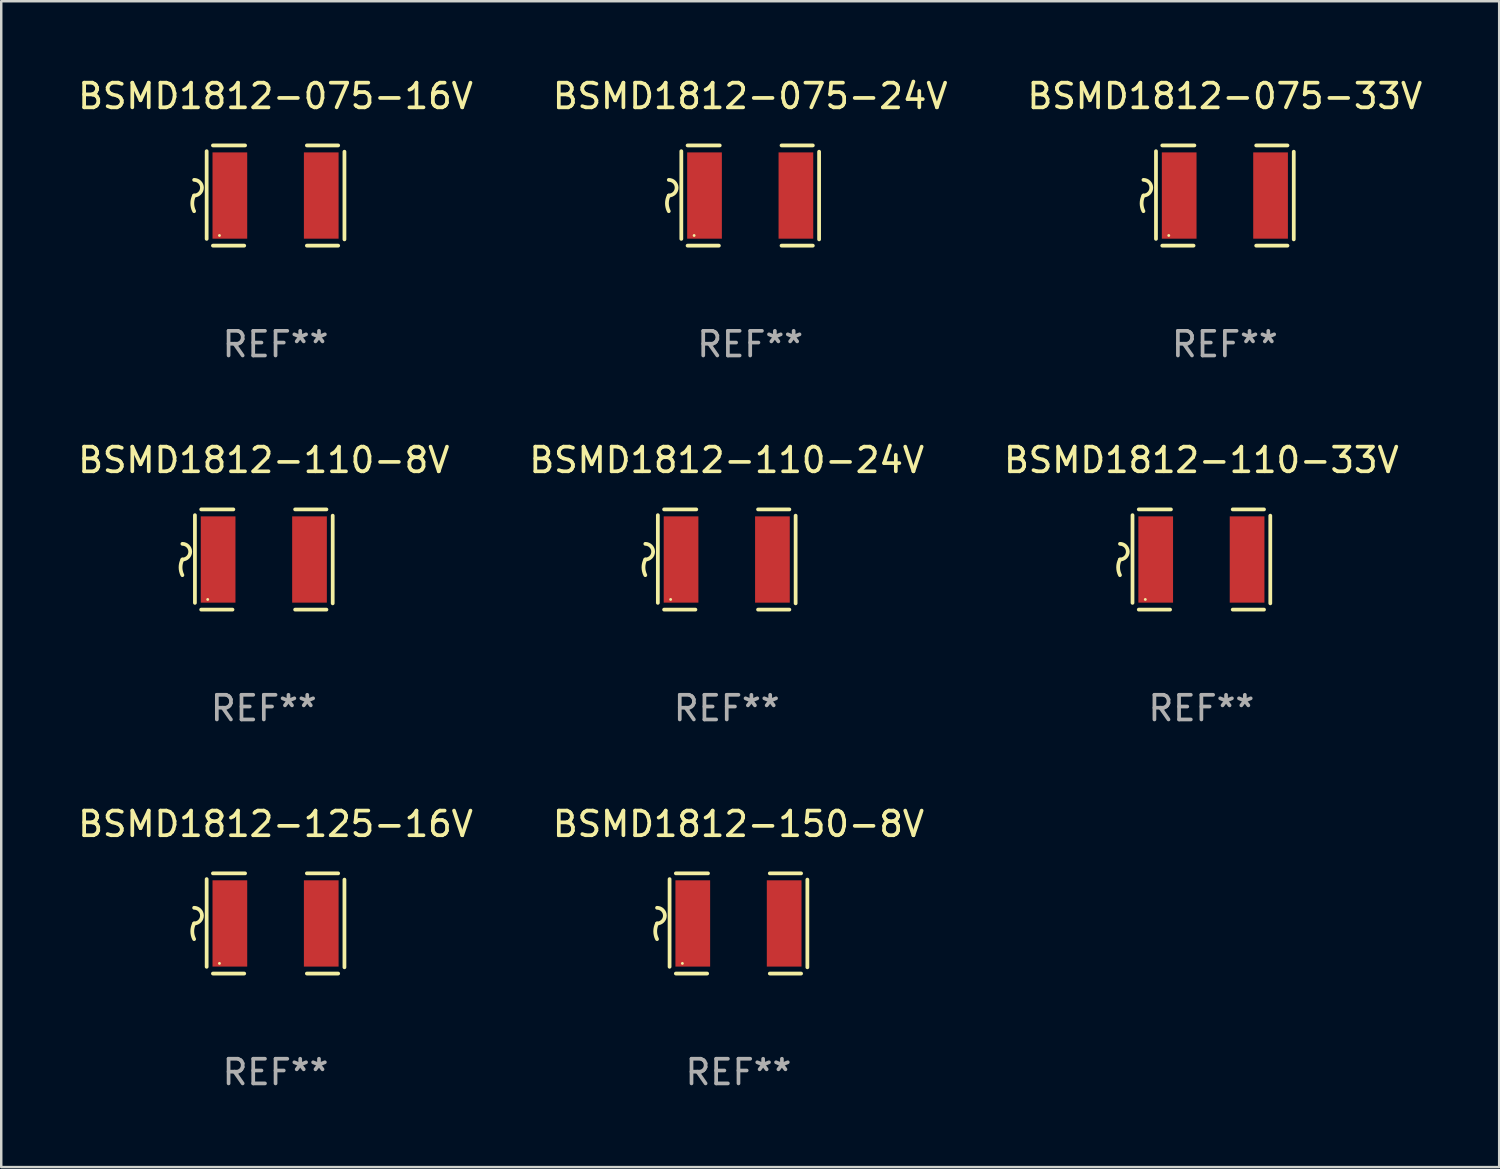
<source format=kicad_pcb>
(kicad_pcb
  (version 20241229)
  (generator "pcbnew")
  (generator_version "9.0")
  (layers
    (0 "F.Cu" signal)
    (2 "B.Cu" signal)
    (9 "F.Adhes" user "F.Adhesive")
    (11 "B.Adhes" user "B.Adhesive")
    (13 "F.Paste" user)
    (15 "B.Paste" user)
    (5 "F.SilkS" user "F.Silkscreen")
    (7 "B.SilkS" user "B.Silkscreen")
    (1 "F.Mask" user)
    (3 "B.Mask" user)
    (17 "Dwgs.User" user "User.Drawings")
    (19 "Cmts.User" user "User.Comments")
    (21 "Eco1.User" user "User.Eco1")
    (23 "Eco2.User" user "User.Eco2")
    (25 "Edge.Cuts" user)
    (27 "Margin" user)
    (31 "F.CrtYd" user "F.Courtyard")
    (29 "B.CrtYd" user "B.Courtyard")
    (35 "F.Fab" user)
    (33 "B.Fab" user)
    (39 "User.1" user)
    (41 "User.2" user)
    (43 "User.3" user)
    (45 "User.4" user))
  (footprint "BSMD1812-110-24V"
    (layer "F.Cu")
    (at 26.423 19.641)
    (property "Reference" "BSMD1812-110-24V" (at 0 -4.032 0) (layer "F.SilkS") (effects (font (size 1 1) (thickness 0.15))))
    (attr through_hole)
    (fp_line (start -2.794 -1.798) (end -2.794 1.758) (stroke (width 0.152) (type solid)) (layer "F.SilkS"))
    (fp_line (start -2.54 -2.032) (end -1.235 -2.032) (stroke (width 0.152) (type solid)) (layer "F.SilkS"))
    (fp_line (start -1.27 2.032) (end -2.54 2.032) (stroke (width 0.152) (type solid)) (layer "F.SilkS"))
    (fp_line (start 1.27 2.032) (end 2.54 2.032) (stroke (width 0.152) (type solid)) (layer "F.SilkS"))
    (fp_line (start 2.54 -2.032) (end 1.27 -2.032) (stroke (width 0.152) (type solid)) (layer "F.SilkS"))
    (fp_line (start 2.794 -1.778) (end 2.794 1.778) (stroke (width 0.152) (type solid)) (layer "F.SilkS"))
    (fp_arc (start -3.302007 -0.635002) (mid -2.984506 -0.317501) (end -3.302007 0) (stroke (width 0.151994) (type solid)) (layer "F.SilkS"))
    (fp_arc (start -3.302007 0.635002) (mid -3.376959 0.317501) (end -3.302007 0) (stroke (width 0.151994) (type solid)) (layer "F.SilkS"))
    (fp_circle (center -2.275 1.62) (end -2.245 1.62) (stroke (width 0.06) (type solid)) (fill no) (layer "F.SilkS"))
    (fp_text user "REF**" (at 0 6.032 0) (layer "F.Fab") (effects (font (size 1 1) (thickness 0.15))))
    (pad "1" smd rect (at -1.853 0) (size 1.407 3.499) (layers "F.Cu" "F.Mask" "F.Paste"))
    (pad "2" smd rect (at 1.853 0) (size 1.407 3.499) (layers "F.Cu" "F.Mask" "F.Paste")))
  (footprint "BSMD1812-150-8V"
    (layer "F.Cu")
    (at 26.899 34.401)
    (property "Reference" "BSMD1812-150-8V" (at 0 -4.032 0) (layer "F.SilkS") (effects (font (size 1 1) (thickness 0.15))))
    (attr through_hole)
    (fp_line (start -2.794 -1.798) (end -2.794 1.758) (stroke (width 0.152) (type solid)) (layer "F.SilkS"))
    (fp_line (start -2.54 -2.032) (end -1.235 -2.032) (stroke (width 0.152) (type solid)) (layer "F.SilkS"))
    (fp_line (start -1.27 2.032) (end -2.54 2.032) (stroke (width 0.152) (type solid)) (layer "F.SilkS"))
    (fp_line (start 1.27 2.032) (end 2.54 2.032) (stroke (width 0.152) (type solid)) (layer "F.SilkS"))
    (fp_line (start 2.54 -2.032) (end 1.27 -2.032) (stroke (width 0.152) (type solid)) (layer "F.SilkS"))
    (fp_line (start 2.794 -1.778) (end 2.794 1.778) (stroke (width 0.152) (type solid)) (layer "F.SilkS"))
    (fp_arc (start -3.302007 -0.635002) (mid -2.984506 -0.317501) (end -3.302007 0) (stroke (width 0.151994) (type solid)) (layer "F.SilkS"))
    (fp_arc (start -3.302007 0.635002) (mid -3.376959 0.317501) (end -3.302007 0) (stroke (width 0.151994) (type solid)) (layer "F.SilkS"))
    (fp_circle (center -2.275 1.62) (end -2.245 1.62) (stroke (width 0.06) (type solid)) (fill no) (layer "F.SilkS"))
    (fp_text user "REF**" (at 0 6.032 0) (layer "F.Fab") (effects (font (size 1 1) (thickness 0.15))))
    (pad "1" smd rect (at -1.853 0) (size 1.407 3.499) (layers "F.Cu" "F.Mask" "F.Paste"))
    (pad "2" smd rect (at 1.853 0) (size 1.407 3.499) (layers "F.Cu" "F.Mask" "F.Paste")))
  (footprint "BSMD1812-110-33V"
    (layer "F.Cu")
    (at 45.673 19.641)
    (property "Reference" "BSMD1812-110-33V" (at 0 -4.032 0) (layer "F.SilkS") (effects (font (size 1 1) (thickness 0.15))))
    (attr through_hole)
    (fp_line (start -2.794 -1.798) (end -2.794 1.758) (stroke (width 0.152) (type solid)) (layer "F.SilkS"))
    (fp_line (start -2.54 -2.032) (end -1.235 -2.032) (stroke (width 0.152) (type solid)) (layer "F.SilkS"))
    (fp_line (start -1.27 2.032) (end -2.54 2.032) (stroke (width 0.152) (type solid)) (layer "F.SilkS"))
    (fp_line (start 1.27 2.032) (end 2.54 2.032) (stroke (width 0.152) (type solid)) (layer "F.SilkS"))
    (fp_line (start 2.54 -2.032) (end 1.27 -2.032) (stroke (width 0.152) (type solid)) (layer "F.SilkS"))
    (fp_line (start 2.794 -1.778) (end 2.794 1.778) (stroke (width 0.152) (type solid)) (layer "F.SilkS"))
    (fp_arc (start -3.302007 -0.635002) (mid -2.984506 -0.317501) (end -3.302007 0) (stroke (width 0.151994) (type solid)) (layer "F.SilkS"))
    (fp_arc (start -3.302007 0.635002) (mid -3.376959 0.317501) (end -3.302007 0) (stroke (width 0.151994) (type solid)) (layer "F.SilkS"))
    (fp_circle (center -2.275 1.62) (end -2.245 1.62) (stroke (width 0.06) (type solid)) (fill no) (layer "F.SilkS"))
    (fp_text user "REF**" (at 0 6.032 0) (layer "F.Fab") (effects (font (size 1 1) (thickness 0.15))))
    (pad "1" smd rect (at -1.853 0) (size 1.407 3.499) (layers "F.Cu" "F.Mask" "F.Paste"))
    (pad "2" smd rect (at 1.853 0) (size 1.407 3.499) (layers "F.Cu" "F.Mask" "F.Paste")))
  (footprint "BSMD1812-125-16V"
    (layer "F.Cu")
    (at 8.125 34.401)
    (property "Reference" "BSMD1812-125-16V" (at 0 -4.032 0) (layer "F.SilkS") (effects (font (size 1 1) (thickness 0.15))))
    (attr through_hole)
    (fp_line (start -2.794 -1.798) (end -2.794 1.758) (stroke (width 0.152) (type solid)) (layer "F.SilkS"))
    (fp_line (start -2.54 -2.032) (end -1.235 -2.032) (stroke (width 0.152) (type solid)) (layer "F.SilkS"))
    (fp_line (start -1.27 2.032) (end -2.54 2.032) (stroke (width 0.152) (type solid)) (layer "F.SilkS"))
    (fp_line (start 1.27 2.032) (end 2.54 2.032) (stroke (width 0.152) (type solid)) (layer "F.SilkS"))
    (fp_line (start 2.54 -2.032) (end 1.27 -2.032) (stroke (width 0.152) (type solid)) (layer "F.SilkS"))
    (fp_line (start 2.794 -1.778) (end 2.794 1.778) (stroke (width 0.152) (type solid)) (layer "F.SilkS"))
    (fp_arc (start -3.302007 -0.635002) (mid -2.984506 -0.317501) (end -3.302007 0) (stroke (width 0.151994) (type solid)) (layer "F.SilkS"))
    (fp_arc (start -3.302007 0.635002) (mid -3.376959 0.317501) (end -3.302007 0) (stroke (width 0.151994) (type solid)) (layer "F.SilkS"))
    (fp_circle (center -2.275 1.62) (end -2.245 1.62) (stroke (width 0.06) (type solid)) (fill no) (layer "F.SilkS"))
    (fp_text user "REF**" (at 0 6.032 0) (layer "F.Fab") (effects (font (size 1 1) (thickness 0.15))))
    (pad "1" smd rect (at -1.853 0) (size 1.407 3.499) (layers "F.Cu" "F.Mask" "F.Paste"))
    (pad "2" smd rect (at 1.853 0) (size 1.407 3.499) (layers "F.Cu" "F.Mask" "F.Paste")))
  (footprint "BSMD1812-075-24V"
    (layer "F.Cu")
    (at 27.375 4.88)
    (property "Reference" "BSMD1812-075-24V" (at 0 -4.032 0) (layer "F.SilkS") (effects (font (size 1 1) (thickness 0.15))))
    (attr through_hole)
    (fp_line (start -2.794 -1.798) (end -2.794 1.758) (stroke (width 0.152) (type solid)) (layer "F.SilkS"))
    (fp_line (start -2.54 -2.032) (end -1.235 -2.032) (stroke (width 0.152) (type solid)) (layer "F.SilkS"))
    (fp_line (start -1.27 2.032) (end -2.54 2.032) (stroke (width 0.152) (type solid)) (layer "F.SilkS"))
    (fp_line (start 1.27 2.032) (end 2.54 2.032) (stroke (width 0.152) (type solid)) (layer "F.SilkS"))
    (fp_line (start 2.54 -2.032) (end 1.27 -2.032) (stroke (width 0.152) (type solid)) (layer "F.SilkS"))
    (fp_line (start 2.794 -1.778) (end 2.794 1.778) (stroke (width 0.152) (type solid)) (layer "F.SilkS"))
    (fp_arc (start -3.302007 -0.635002) (mid -2.984506 -0.317501) (end -3.302007 0) (stroke (width 0.151994) (type solid)) (layer "F.SilkS"))
    (fp_arc (start -3.302007 0.635002) (mid -3.376959 0.317501) (end -3.302007 0) (stroke (width 0.151994) (type solid)) (layer "F.SilkS"))
    (fp_circle (center -2.275 1.62) (end -2.245 1.62) (stroke (width 0.06) (type solid)) (fill no) (layer "F.SilkS"))
    (fp_text user "REF**" (at 0 6.032 0) (layer "F.Fab") (effects (font (size 1 1) (thickness 0.15))))
    (pad "1" smd rect (at -1.853 0) (size 1.407 3.499) (layers "F.Cu" "F.Mask" "F.Paste"))
    (pad "2" smd rect (at 1.853 0) (size 1.407 3.499) (layers "F.Cu" "F.Mask" "F.Paste")))
  (footprint "BSMD1812-110-8V"
    (layer "F.Cu")
    (at 7.649 19.641)
    (property "Reference" "BSMD1812-110-8V" (at 0 -4.032 0) (layer "F.SilkS") (effects (font (size 1 1) (thickness 0.15))))
    (attr through_hole)
    (fp_line (start -2.794 -1.798) (end -2.794 1.758) (stroke (width 0.152) (type solid)) (layer "F.SilkS"))
    (fp_line (start -2.54 -2.032) (end -1.235 -2.032) (stroke (width 0.152) (type solid)) (layer "F.SilkS"))
    (fp_line (start -1.27 2.032) (end -2.54 2.032) (stroke (width 0.152) (type solid)) (layer "F.SilkS"))
    (fp_line (start 1.27 2.032) (end 2.54 2.032) (stroke (width 0.152) (type solid)) (layer "F.SilkS"))
    (fp_line (start 2.54 -2.032) (end 1.27 -2.032) (stroke (width 0.152) (type solid)) (layer "F.SilkS"))
    (fp_line (start 2.794 -1.778) (end 2.794 1.778) (stroke (width 0.152) (type solid)) (layer "F.SilkS"))
    (fp_arc (start -3.302007 -0.635002) (mid -2.984506 -0.317501) (end -3.302007 0) (stroke (width 0.151994) (type solid)) (layer "F.SilkS"))
    (fp_arc (start -3.302007 0.635002) (mid -3.376959 0.317501) (end -3.302007 0) (stroke (width 0.151994) (type solid)) (layer "F.SilkS"))
    (fp_circle (center -2.275 1.62) (end -2.245 1.62) (stroke (width 0.06) (type solid)) (fill no) (layer "F.SilkS"))
    (fp_text user "REF**" (at 0 6.032 0) (layer "F.Fab") (effects (font (size 1 1) (thickness 0.15))))
    (pad "1" smd rect (at -1.853 0) (size 1.407 3.499) (layers "F.Cu" "F.Mask" "F.Paste"))
    (pad "2" smd rect (at 1.853 0) (size 1.407 3.499) (layers "F.Cu" "F.Mask" "F.Paste")))
  (footprint "BSMD1812-075-16V"
    (layer "F.Cu")
    (at 8.125 4.88)
    (property "Reference" "BSMD1812-075-16V" (at 0 -4.032 0) (layer "F.SilkS") (effects (font (size 1 1) (thickness 0.15))))
    (attr through_hole)
    (fp_line (start -2.794 -1.798) (end -2.794 1.758) (stroke (width 0.152) (type solid)) (layer "F.SilkS"))
    (fp_line (start -2.54 -2.032) (end -1.235 -2.032) (stroke (width 0.152) (type solid)) (layer "F.SilkS"))
    (fp_line (start -1.27 2.032) (end -2.54 2.032) (stroke (width 0.152) (type solid)) (layer "F.SilkS"))
    (fp_line (start 1.27 2.032) (end 2.54 2.032) (stroke (width 0.152) (type solid)) (layer "F.SilkS"))
    (fp_line (start 2.54 -2.032) (end 1.27 -2.032) (stroke (width 0.152) (type solid)) (layer "F.SilkS"))
    (fp_line (start 2.794 -1.778) (end 2.794 1.778) (stroke (width 0.152) (type solid)) (layer "F.SilkS"))
    (fp_arc (start -3.302007 -0.635002) (mid -2.984506 -0.317501) (end -3.302007 0) (stroke (width 0.151994) (type solid)) (layer "F.SilkS"))
    (fp_arc (start -3.302007 0.635002) (mid -3.376959 0.317501) (end -3.302007 0) (stroke (width 0.151994) (type solid)) (layer "F.SilkS"))
    (fp_circle (center -2.275 1.62) (end -2.245 1.62) (stroke (width 0.06) (type solid)) (fill no) (layer "F.SilkS"))
    (fp_text user "REF**" (at 0 6.032 0) (layer "F.Fab") (effects (font (size 1 1) (thickness 0.15))))
    (pad "1" smd rect (at -1.853 0) (size 1.407 3.499) (layers "F.Cu" "F.Mask" "F.Paste"))
    (pad "2" smd rect (at 1.853 0) (size 1.407 3.499) (layers "F.Cu" "F.Mask" "F.Paste")))
  (footprint "BSMD1812-075-33V"
    (layer "F.Cu")
    (at 46.625 4.88)
    (property "Reference" "BSMD1812-075-33V" (at 0 -4.032 0) (layer "F.SilkS") (effects (font (size 1 1) (thickness 0.15))))
    (attr through_hole)
    (fp_line (start -2.794 -1.798) (end -2.794 1.758) (stroke (width 0.152) (type solid)) (layer "F.SilkS"))
    (fp_line (start -2.54 -2.032) (end -1.235 -2.032) (stroke (width 0.152) (type solid)) (layer "F.SilkS"))
    (fp_line (start -1.27 2.032) (end -2.54 2.032) (stroke (width 0.152) (type solid)) (layer "F.SilkS"))
    (fp_line (start 1.27 2.032) (end 2.54 2.032) (stroke (width 0.152) (type solid)) (layer "F.SilkS"))
    (fp_line (start 2.54 -2.032) (end 1.27 -2.032) (stroke (width 0.152) (type solid)) (layer "F.SilkS"))
    (fp_line (start 2.794 -1.778) (end 2.794 1.778) (stroke (width 0.152) (type solid)) (layer "F.SilkS"))
    (fp_arc (start -3.302007 -0.635002) (mid -2.984506 -0.317501) (end -3.302007 0) (stroke (width 0.151994) (type solid)) (layer "F.SilkS"))
    (fp_arc (start -3.302007 0.635002) (mid -3.376959 0.317501) (end -3.302007 0) (stroke (width 0.151994) (type solid)) (layer "F.SilkS"))
    (fp_circle (center -2.275 1.62) (end -2.245 1.62) (stroke (width 0.06) (type solid)) (fill no) (layer "F.SilkS"))
    (fp_text user "REF**" (at 0 6.032 0) (layer "F.Fab") (effects (font (size 1 1) (thickness 0.15))))
    (pad "1" smd rect (at -1.853 0) (size 1.407 3.499) (layers "F.Cu" "F.Mask" "F.Paste"))
    (pad "2" smd rect (at 1.853 0) (size 1.407 3.499) (layers "F.Cu" "F.Mask" "F.Paste")))
  (gr_rect
    (start -3 -3)
    (end 57.75 44.282)
    (stroke (width 0.1) (type default))
    (fill no)
    (layer "Edge.Cuts")))
</source>
